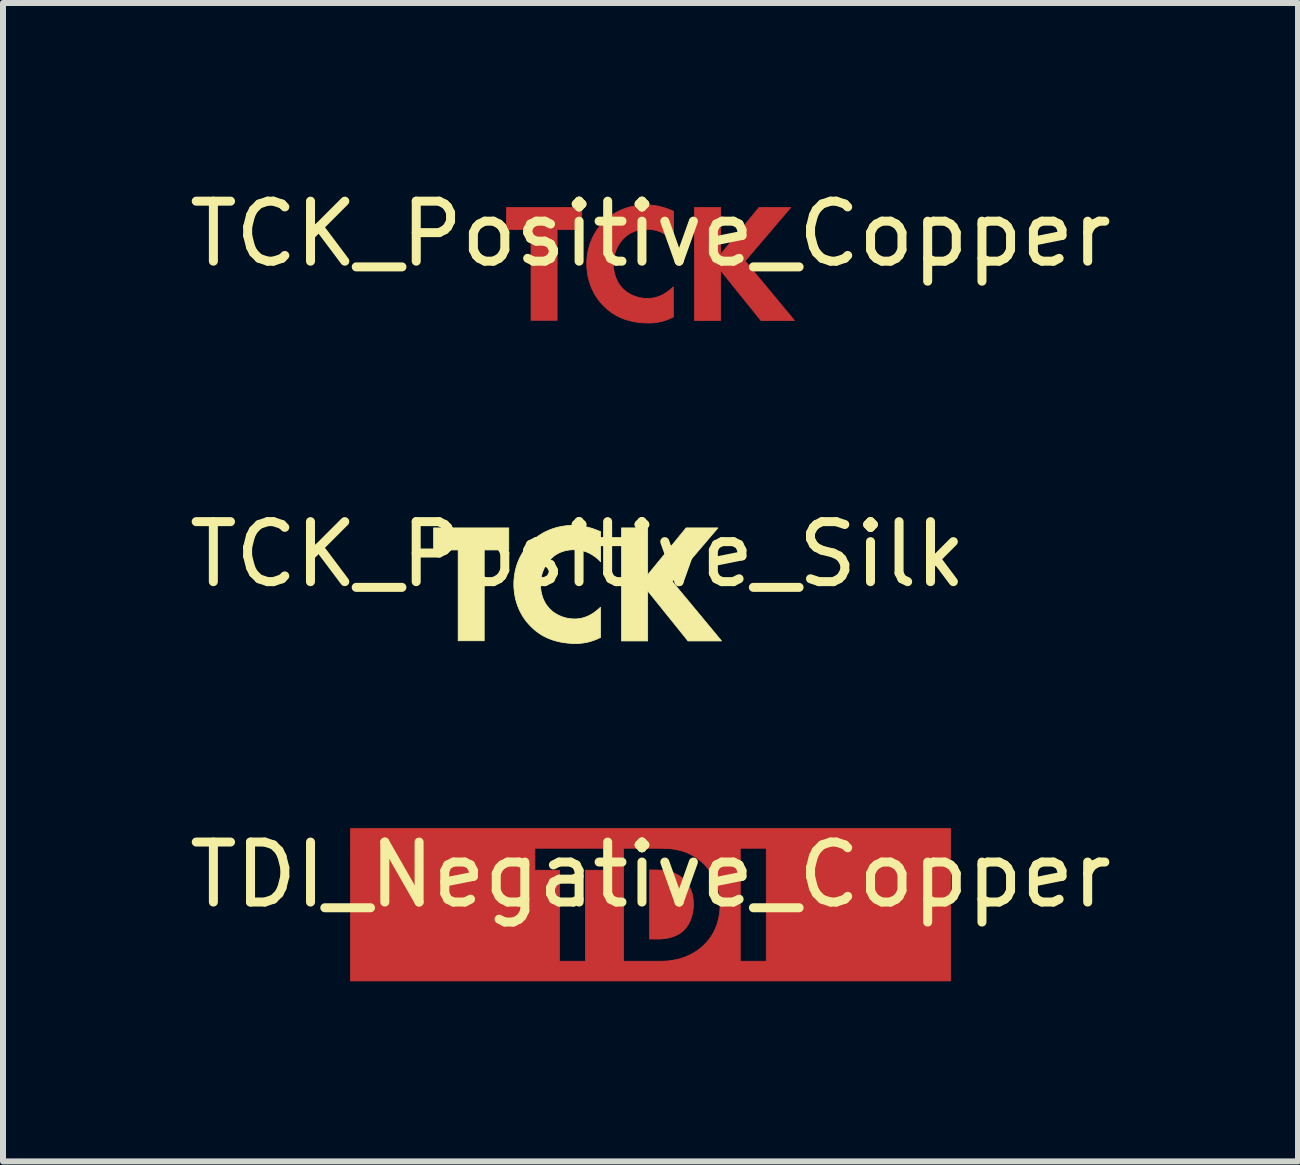
<source format=kicad_pcb>
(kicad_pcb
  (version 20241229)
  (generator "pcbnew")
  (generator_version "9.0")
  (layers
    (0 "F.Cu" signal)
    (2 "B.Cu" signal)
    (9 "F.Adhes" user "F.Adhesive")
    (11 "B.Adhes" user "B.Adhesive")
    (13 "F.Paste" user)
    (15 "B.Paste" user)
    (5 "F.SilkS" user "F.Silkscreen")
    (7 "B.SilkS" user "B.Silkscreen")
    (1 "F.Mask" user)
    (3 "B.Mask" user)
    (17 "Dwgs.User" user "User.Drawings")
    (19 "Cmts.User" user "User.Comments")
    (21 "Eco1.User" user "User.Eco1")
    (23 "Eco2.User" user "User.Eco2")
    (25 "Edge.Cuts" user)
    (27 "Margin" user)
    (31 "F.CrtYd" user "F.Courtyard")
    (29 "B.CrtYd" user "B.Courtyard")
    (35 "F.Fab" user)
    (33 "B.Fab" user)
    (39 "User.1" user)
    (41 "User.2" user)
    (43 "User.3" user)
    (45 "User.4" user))
  (footprint "TCK_Positive_Copper"
    (layer "F.Cu")
    (at 7.792 1.348)
    (property "Reference" "TCK_Positive_Copper" (at 0 -0.5 0) (unlocked yes) (layer "F.SilkS") (effects (font (size 1 1) (thickness 0.15))))
    (fp_poly (pts (xy -1.148 -0.574) (xy -1.557 -0.574) (xy -1.557 0.94) (xy -1.991 0.94) (xy -1.991 -0.574) (xy -2.4 -0.574) (xy -2.4 -0.941) (xy -1.148 -0.941)) (stroke (width 0.013) (type solid)) (fill yes) (layer "F.Cu"))
    (fp_poly (pts (xy 1.167 -0.158) (xy 1.809 -0.941) (xy 2.338 -0.941) (xy 1.576 -0.048) (xy 2.398 0.943) (xy 1.84 0.943) (xy 1.167 0.107) (xy 1.167 0.943) (xy 0.733 0.943) (xy 0.733 -0.158) (xy 1.167 -0.158) (xy 1.167 -0.158) (xy 1.167 -0.158) (xy 0.733 -0.158) (xy 0.733 -0.941) (xy 1.167 -0.941)) (stroke (width 0.013) (type solid)) (fill yes) (layer "F.Cu"))
    (fp_poly (pts (xy -0.045 -0.983) (xy -0.021 -0.982) (xy 0.004 -0.98) (xy 0.029 -0.978) (xy 0.054 -0.975) (xy 0.081 -0.971) (xy 0.108 -0.966) (xy 0.135 -0.961) (xy 0.163 -0.954) (xy 0.192 -0.946) (xy 0.222 -0.938) (xy 0.253 -0.928) (xy 0.284 -0.917) (xy 0.316 -0.905) (xy 0.349 -0.892) (xy 0.383 -0.877) (xy 0.383 -0.376) (xy 0.365 -0.395) (xy 0.345 -0.414) (xy 0.325 -0.433) (xy 0.303 -0.451) (xy 0.279 -0.468) (xy 0.255 -0.485) (xy 0.229 -0.5) (xy 0.203 -0.515) (xy 0.175 -0.529) (xy 0.145 -0.541) (xy 0.115 -0.551) (xy 0.099 -0.556) (xy 0.083 -0.56) (xy 0.066 -0.564) (xy 0.05 -0.568) (xy 0.033 -0.57) (xy 0.015 -0.573) (xy -0.002 -0.575) (xy -0.021 -0.576) (xy -0.039 -0.577) (xy -0.058 -0.577) (xy -0.087 -0.577) (xy -0.116 -0.575) (xy -0.144 -0.572) (xy -0.171 -0.568) (xy -0.197 -0.563) (xy -0.223 -0.556) (xy -0.248 -0.549) (xy -0.272 -0.54) (xy -0.296 -0.53) (xy -0.319 -0.519) (xy -0.341 -0.507) (xy -0.363 -0.494) (xy -0.384 -0.479) (xy -0.404 -0.464) (xy -0.423 -0.447) (xy -0.442 -0.429) (xy -0.462 -0.409) (xy -0.48 -0.389) (xy -0.498 -0.367) (xy -0.514 -0.343) (xy -0.53 -0.319) (xy -0.544 -0.294) (xy -0.558 -0.268) (xy -0.57 -0.241) (xy -0.581 -0.213) (xy -0.591 -0.185) (xy -0.599 -0.155) (xy -0.606 -0.125) (xy -0.611 -0.093) (xy -0.615 -0.061) (xy -0.618 -0.029) (xy -0.618 0.005) (xy -0.618 0.04) (xy -0.615 0.075) (xy -0.611 0.108) (xy -0.605 0.14) (xy -0.598 0.17) (xy -0.589 0.199) (xy -0.58 0.227) (xy -0.569 0.253) (xy -0.557 0.279) (xy -0.545 0.302) (xy -0.531 0.325) (xy -0.517 0.346) (xy -0.503 0.366) (xy -0.487 0.384) (xy -0.472 0.402) (xy -0.456 0.418) (xy -0.448 0.426) (xy -0.437 0.435) (xy -0.424 0.447) (xy -0.409 0.459) (xy -0.391 0.472) (xy -0.371 0.485) (xy -0.349 0.498) (xy -0.325 0.511) (xy -0.312 0.518) (xy -0.298 0.524) (xy -0.284 0.53) (xy -0.269 0.536) (xy -0.254 0.542) (xy -0.238 0.547) (xy -0.222 0.552) (xy -0.205 0.557) (xy -0.188 0.561) (xy -0.17 0.565) (xy -0.151 0.568) (xy -0.132 0.571) (xy -0.113 0.573) (xy -0.092 0.575) (xy -0.072 0.576) (xy -0.051 0.576) (xy -0.029 0.576) (xy -0.006 0.575) (xy 0.017 0.572) (xy 0.041 0.569) (xy 0.066 0.564) (xy 0.092 0.558) (xy 0.118 0.55) (xy 0.145 0.54) (xy 0.172 0.529) (xy 0.201 0.515) (xy 0.229 0.499) (xy 0.259 0.481) (xy 0.288 0.46) (xy 0.318 0.437) (xy 0.349 0.411) (xy 0.38 0.382) (xy 0.38 0.883) (xy 0.383 0.883) (xy 0.353 0.898) (xy 0.323 0.912) (xy 0.293 0.924) (xy 0.264 0.935) (xy 0.236 0.944) (xy 0.209 0.953) (xy 0.182 0.96) (xy 0.155 0.966) (xy 0.13 0.971) (xy 0.105 0.975) (xy 0.08 0.979) (xy 0.056 0.981) (xy 0.011 0.985) (xy -0.033 0.985) (xy -0.096 0.984) (xy -0.157 0.98) (xy -0.216 0.973) (xy -0.272 0.964) (xy -0.326 0.953) (xy -0.377 0.939) (xy -0.426 0.924) (xy -0.473 0.906) (xy -0.517 0.887) (xy -0.56 0.866) (xy -0.6 0.843) (xy -0.638 0.819) (xy -0.674 0.793) (xy -0.708 0.767) (xy -0.74 0.739) (xy -0.77 0.71) (xy -0.801 0.679) (xy -0.831 0.645) (xy -0.86 0.61) (xy -0.887 0.573) (xy -0.913 0.534) (xy -0.937 0.493) (xy -0.96 0.45) (xy -0.98 0.406) (xy -0.999 0.36) (xy -1.015 0.312) (xy -1.029 0.263) (xy -1.041 0.213) (xy -1.05 0.161) (xy -1.057 0.108) (xy -1.062 0.053) (xy -1.063 -0.002) (xy -1.062 -0.058) (xy -1.057 -0.112) (xy -1.05 -0.165) (xy -1.041 -0.216) (xy -1.029 -0.266) (xy -1.015 -0.315) (xy -0.999 -0.362) (xy -0.98 -0.407) (xy -0.96 -0.451) (xy -0.937 -0.493) (xy -0.913 -0.534) (xy -0.887 -0.573) (xy -0.86 -0.61) (xy -0.831 -0.646) (xy -0.801 -0.679) (xy -0.77 -0.711) (xy -0.738 -0.741) (xy -0.704 -0.77) (xy -0.669 -0.797) (xy -0.632 -0.822) (xy -0.593 -0.846) (xy -0.552 -0.869) (xy -0.51 -0.889) (xy -0.467 -0.908) (xy -0.422 -0.925) (xy -0.375 -0.94) (xy -0.327 -0.953) (xy -0.278 -0.963) (xy -0.227 -0.972) (xy -0.176 -0.978) (xy -0.122 -0.982) (xy -0.068 -0.983)) (stroke (width 0.013) (type solid)) (fill yes) (layer "F.Cu")))
  (footprint "TDI_Negative_Copper"
    (layer "F.Cu")
    (at 7.792 12.029)
    (property "Reference" "TDI_Negative_Copper" (at 0 -0.5 0) (unlocked yes) (layer "F.SilkS") (effects (font (size 1 1) (thickness 0.15))))
    (fp_poly (pts (xy 0.154 -0.577) (xy 0.181 -0.576) (xy 0.21 -0.573) (xy 0.239 -0.569) (xy 0.268 -0.564) (xy 0.298 -0.558) (xy 0.328 -0.55) (xy 0.358 -0.541) (xy 0.388 -0.53) (xy 0.418 -0.516) (xy 0.447 -0.501) (xy 0.477 -0.484) (xy 0.505 -0.464) (xy 0.533 -0.441) (xy 0.546 -0.429) (xy 0.56 -0.416) (xy 0.574 -0.402) (xy 0.588 -0.386) (xy 0.602 -0.369) (xy 0.615 -0.351) (xy 0.629 -0.331) (xy 0.641 -0.31) (xy 0.654 -0.288) (xy 0.665 -0.264) (xy 0.676 -0.238) (xy 0.685 -0.211) (xy 0.694 -0.182) (xy 0.701 -0.151) (xy 0.707 -0.119) (xy 0.711 -0.085) (xy 0.714 -0.049) (xy 0.715 -0.011) (xy 0.714 0.028) (xy 0.711 0.065) (xy 0.707 0.101) (xy 0.701 0.136) (xy 0.693 0.17) (xy 0.684 0.203) (xy 0.673 0.234) (xy 0.662 0.263) (xy 0.649 0.291) (xy 0.635 0.318) (xy 0.619 0.343) (xy 0.603 0.367) (xy 0.586 0.389) (xy 0.569 0.409) (xy 0.55 0.428) (xy 0.532 0.444) (xy 0.518 0.455) (xy 0.504 0.466) (xy 0.491 0.475) (xy 0.476 0.484) (xy 0.462 0.493) (xy 0.447 0.501) (xy 0.418 0.515) (xy 0.388 0.527) (xy 0.358 0.537) (xy 0.328 0.546) (xy 0.298 0.553) (xy 0.269 0.559) (xy 0.24 0.563) (xy 0.213 0.566) (xy 0.187 0.569) (xy 0.14 0.571) (xy 0.101 0.571) (xy -0.015 0.571) (xy -0.015 0.568) (xy -0.015 -0.579) (xy 0.101 -0.579)) (stroke (width 0.013) (type solid)) (fill yes) (layer "F.Cu"))
    (fp_poly (pts (xy 5.001 1.27) (xy -5 1.27) (xy -5 -0.575) (xy -1.927 -0.575) (xy -1.518 -0.575) (xy -1.518 0.942) (xy -1.084 0.942) (xy -0.449 0.942) (xy 0.161 0.942) (xy 1.495 0.942) (xy 1.929 0.942) (xy 1.929 -0.942) (xy 1.495 -0.942) (xy 1.495 0.942) (xy 0.161 0.942) (xy 0.227 0.94) (xy 0.265 0.938) (xy 0.306 0.935) (xy 0.349 0.929) (xy 0.395 0.921) (xy 0.443 0.911) (xy 0.492 0.899) (xy 0.542 0.883) (xy 0.594 0.864) (xy 0.646 0.841) (xy 0.698 0.814) (xy 0.75 0.783) (xy 0.802 0.747) (xy 0.852 0.706) (xy 0.877 0.683) (xy 0.902 0.66) (xy 0.93 0.63) (xy 0.958 0.598) (xy 0.983 0.566) (xy 1.008 0.531) (xy 1.03 0.495) (xy 1.052 0.458) (xy 1.071 0.419) (xy 1.089 0.378) (xy 1.105 0.336) (xy 1.119 0.292) (xy 1.131 0.246) (xy 1.141 0.199) (xy 1.149 0.15) (xy 1.155 0.099) (xy 1.158 0.047) (xy 1.159 -0.007) (xy 1.158 -0.061) (xy 1.155 -0.113) (xy 1.149 -0.164) (xy 1.14 -0.213) (xy 1.13 -0.26) (xy 1.117 -0.306) (xy 1.103 -0.35) (xy 1.086 -0.393) (xy 1.067 -0.434) (xy 1.047 -0.474) (xy 1.024 -0.512) (xy 1 -0.548) (xy 0.974 -0.584) (xy 0.947 -0.617) (xy 0.918 -0.65) (xy 0.888 -0.681) (xy 0.844 -0.721) (xy 0.8 -0.757) (xy 0.756 -0.789) (xy 0.71 -0.817) (xy 0.664 -0.841) (xy 0.618 -0.863) (xy 0.571 -0.881) (xy 0.524 -0.896) (xy 0.477 -0.909) (xy 0.429 -0.919) (xy 0.382 -0.927) (xy 0.335 -0.933) (xy 0.287 -0.937) (xy 0.24 -0.94) (xy 0.194 -0.941) (xy 0.147 -0.942) (xy -0.449 -0.942) (xy -0.449 0.942) (xy -1.084 0.942) (xy -1.084 -0.575) (xy -0.675 -0.575) (xy -0.675 -0.942) (xy -1.927 -0.942) (xy -1.927 -0.575) (xy -5 -0.575) (xy -5 -1.27) (xy 5.001 -1.27)) (stroke (width 0.013) (type solid)) (fill yes) (layer "F.Cu")))
  (footprint "TCK_Positive_Silk"
    (layer "F.Cu")
    (at 6.577 6.689)
    (property "Reference" "TCK_Positive_Silk" (at 0 -0.5 0) (unlocked yes) (layer "F.SilkS") (effects (font (size 1 1) (thickness 0.15))))
    (fp_poly (pts (xy -1.148 -0.574) (xy -1.557 -0.574) (xy -1.557 0.94) (xy -1.991 0.94) (xy -1.991 -0.574) (xy -2.4 -0.574) (xy -2.4 -0.941) (xy -1.148 -0.941)) (stroke (width 0.013) (type solid)) (fill yes) (layer "F.SilkS"))
    (fp_poly (pts (xy 1.167 -0.158) (xy 1.809 -0.941) (xy 2.338 -0.941) (xy 1.576 -0.048) (xy 2.398 0.943) (xy 1.84 0.943) (xy 1.167 0.107) (xy 1.167 0.943) (xy 0.733 0.943) (xy 0.733 -0.158) (xy 1.167 -0.158) (xy 1.167 -0.158) (xy 1.167 -0.158) (xy 0.733 -0.158) (xy 0.733 -0.941) (xy 1.167 -0.941)) (stroke (width 0.013) (type solid)) (fill yes) (layer "F.SilkS"))
    (fp_poly (pts (xy -0.045 -0.983) (xy -0.021 -0.982) (xy 0.004 -0.98) (xy 0.029 -0.978) (xy 0.054 -0.975) (xy 0.081 -0.971) (xy 0.108 -0.966) (xy 0.135 -0.961) (xy 0.163 -0.954) (xy 0.192 -0.946) (xy 0.222 -0.938) (xy 0.253 -0.928) (xy 0.284 -0.917) (xy 0.316 -0.905) (xy 0.349 -0.892) (xy 0.383 -0.877) (xy 0.383 -0.376) (xy 0.365 -0.395) (xy 0.345 -0.414) (xy 0.325 -0.433) (xy 0.303 -0.451) (xy 0.279 -0.468) (xy 0.255 -0.485) (xy 0.229 -0.5) (xy 0.203 -0.515) (xy 0.175 -0.529) (xy 0.145 -0.541) (xy 0.115 -0.551) (xy 0.099 -0.556) (xy 0.083 -0.56) (xy 0.066 -0.564) (xy 0.05 -0.568) (xy 0.033 -0.57) (xy 0.015 -0.573) (xy -0.002 -0.575) (xy -0.021 -0.576) (xy -0.039 -0.577) (xy -0.058 -0.577) (xy -0.087 -0.577) (xy -0.116 -0.575) (xy -0.144 -0.572) (xy -0.171 -0.568) (xy -0.197 -0.563) (xy -0.223 -0.556) (xy -0.248 -0.549) (xy -0.272 -0.54) (xy -0.296 -0.53) (xy -0.319 -0.519) (xy -0.341 -0.507) (xy -0.363 -0.494) (xy -0.384 -0.479) (xy -0.404 -0.464) (xy -0.423 -0.447) (xy -0.442 -0.429) (xy -0.462 -0.409) (xy -0.48 -0.389) (xy -0.498 -0.367) (xy -0.514 -0.343) (xy -0.53 -0.319) (xy -0.544 -0.294) (xy -0.558 -0.268) (xy -0.57 -0.241) (xy -0.581 -0.213) (xy -0.591 -0.185) (xy -0.599 -0.155) (xy -0.606 -0.125) (xy -0.611 -0.093) (xy -0.615 -0.061) (xy -0.618 -0.029) (xy -0.618 0.005) (xy -0.618 0.04) (xy -0.615 0.075) (xy -0.611 0.108) (xy -0.605 0.14) (xy -0.598 0.17) (xy -0.589 0.199) (xy -0.58 0.227) (xy -0.569 0.253) (xy -0.557 0.279) (xy -0.545 0.302) (xy -0.531 0.325) (xy -0.517 0.346) (xy -0.503 0.366) (xy -0.487 0.384) (xy -0.472 0.402) (xy -0.456 0.418) (xy -0.448 0.426) (xy -0.437 0.435) (xy -0.424 0.447) (xy -0.409 0.459) (xy -0.391 0.472) (xy -0.371 0.485) (xy -0.349 0.498) (xy -0.325 0.511) (xy -0.312 0.518) (xy -0.298 0.524) (xy -0.284 0.53) (xy -0.269 0.536) (xy -0.254 0.542) (xy -0.238 0.547) (xy -0.222 0.552) (xy -0.205 0.557) (xy -0.188 0.561) (xy -0.17 0.565) (xy -0.151 0.568) (xy -0.132 0.571) (xy -0.113 0.573) (xy -0.092 0.575) (xy -0.072 0.576) (xy -0.051 0.576) (xy -0.029 0.576) (xy -0.006 0.575) (xy 0.017 0.572) (xy 0.041 0.569) (xy 0.066 0.564) (xy 0.092 0.558) (xy 0.118 0.55) (xy 0.145 0.54) (xy 0.172 0.529) (xy 0.201 0.515) (xy 0.229 0.499) (xy 0.259 0.481) (xy 0.288 0.46) (xy 0.318 0.437) (xy 0.349 0.411) (xy 0.38 0.382) (xy 0.38 0.883) (xy 0.383 0.883) (xy 0.353 0.898) (xy 0.323 0.912) (xy 0.293 0.924) (xy 0.264 0.935) (xy 0.236 0.944) (xy 0.209 0.953) (xy 0.182 0.96) (xy 0.155 0.966) (xy 0.13 0.971) (xy 0.105 0.975) (xy 0.08 0.979) (xy 0.056 0.981) (xy 0.011 0.985) (xy -0.033 0.985) (xy -0.096 0.984) (xy -0.157 0.98) (xy -0.216 0.973) (xy -0.272 0.964) (xy -0.326 0.953) (xy -0.377 0.939) (xy -0.426 0.924) (xy -0.473 0.906) (xy -0.517 0.887) (xy -0.56 0.866) (xy -0.6 0.843) (xy -0.638 0.819) (xy -0.674 0.793) (xy -0.708 0.767) (xy -0.74 0.739) (xy -0.77 0.71) (xy -0.801 0.679) (xy -0.831 0.645) (xy -0.86 0.61) (xy -0.887 0.573) (xy -0.913 0.534) (xy -0.937 0.493) (xy -0.96 0.45) (xy -0.98 0.406) (xy -0.999 0.36) (xy -1.015 0.312) (xy -1.029 0.263) (xy -1.041 0.213) (xy -1.05 0.161) (xy -1.057 0.108) (xy -1.062 0.053) (xy -1.063 -0.002) (xy -1.062 -0.058) (xy -1.057 -0.112) (xy -1.05 -0.165) (xy -1.041 -0.216) (xy -1.029 -0.266) (xy -1.015 -0.315) (xy -0.999 -0.362) (xy -0.98 -0.407) (xy -0.96 -0.451) (xy -0.937 -0.493) (xy -0.913 -0.534) (xy -0.887 -0.573) (xy -0.86 -0.61) (xy -0.831 -0.646) (xy -0.801 -0.679) (xy -0.77 -0.711) (xy -0.738 -0.741) (xy -0.704 -0.77) (xy -0.669 -0.797) (xy -0.632 -0.822) (xy -0.593 -0.846) (xy -0.552 -0.869) (xy -0.51 -0.889) (xy -0.467 -0.908) (xy -0.422 -0.925) (xy -0.375 -0.94) (xy -0.327 -0.953) (xy -0.278 -0.963) (xy -0.227 -0.972) (xy -0.176 -0.978) (xy -0.122 -0.982) (xy -0.068 -0.983)) (stroke (width 0.013) (type solid)) (fill yes) (layer "F.SilkS")))
  (gr_rect
    (start -3 -3)
    (end 18.583 16.306)
    (stroke (width 0.1) (type default))
    (fill no)
    (layer "Edge.Cuts")))
</source>
